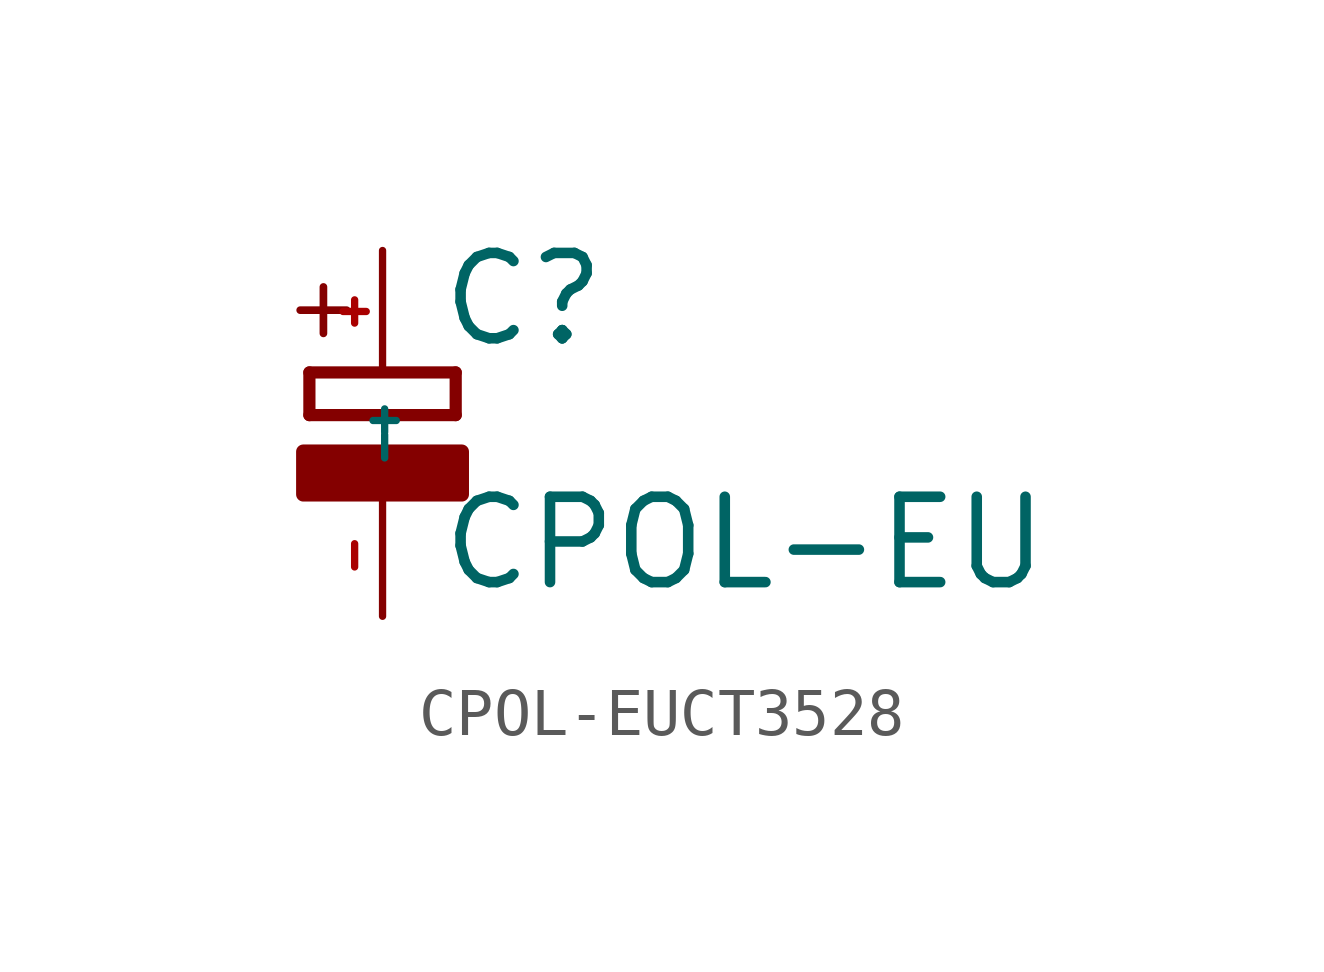
<source format=kicad_sym>
(kicad_symbol_lib
  (version 20220914)
  (generator Eagle2Kicad)
  (symbol "CPOL-EUCT3528"
    (property "Reference" "C"
      (at 1.143 0.483 0)
      (effects (font (size 1.778 1.778) (thickness 0.22)) (justify left bottom)))
    (property "Value" "CPOL-EU"
      (at 1.143 -4.597 0)
      (effects (font (size 1.778 1.778) (thickness 0.22)) (justify left bottom)))
    (polyline
      (pts (xy -1.524 -0.889) (xy 1.524 -0.889))
      (stroke (width 0.254) (type default))
      (fill (type none)))
    (polyline
      (pts (xy 1.524 -0.889) (xy 1.524 0))
      (stroke (width 0.254) (type default))
      (fill (type none)))
    (polyline
      (pts (xy -1.524 0) (xy -1.524 -0.889))
      (stroke (width 0.254) (type default))
      (fill (type none)))
    (polyline
      (pts (xy -1.524 0) (xy 1.524 0))
      (stroke (width 0.254) (type default))
      (fill (type none)))
    (text "+"
      (at -0.584 0.406 900)
      (effects (font (size 1.27 1.27) (thickness 0.16)) (justify left bottom)))
    (rectangle
      (start -1.651 -2.54)
      (end 1.651 -1.651)
      (stroke (width 0.3) (type default))
      (fill (type outline)))
    (pin passive line
      (at 0 -5.08 90)
      (length 2.54)
      (name "-" (effects (font (size 0.635 0.635) (thickness 0.08)) (justify left bottom)))
      (number "-" (effects (font (size 0.635 0.635) (thickness 0.08)) (justify left bottom))))
    (pin passive line
      (at 0 2.54 270)
      (length 2.54)
      (name "+" (effects (font (size 0.635 0.635) (thickness 0.08)) (justify left bottom)))
      (number "+" (effects (font (size 0.635 0.635) (thickness 0.08)) (justify left bottom))))))
</source>
